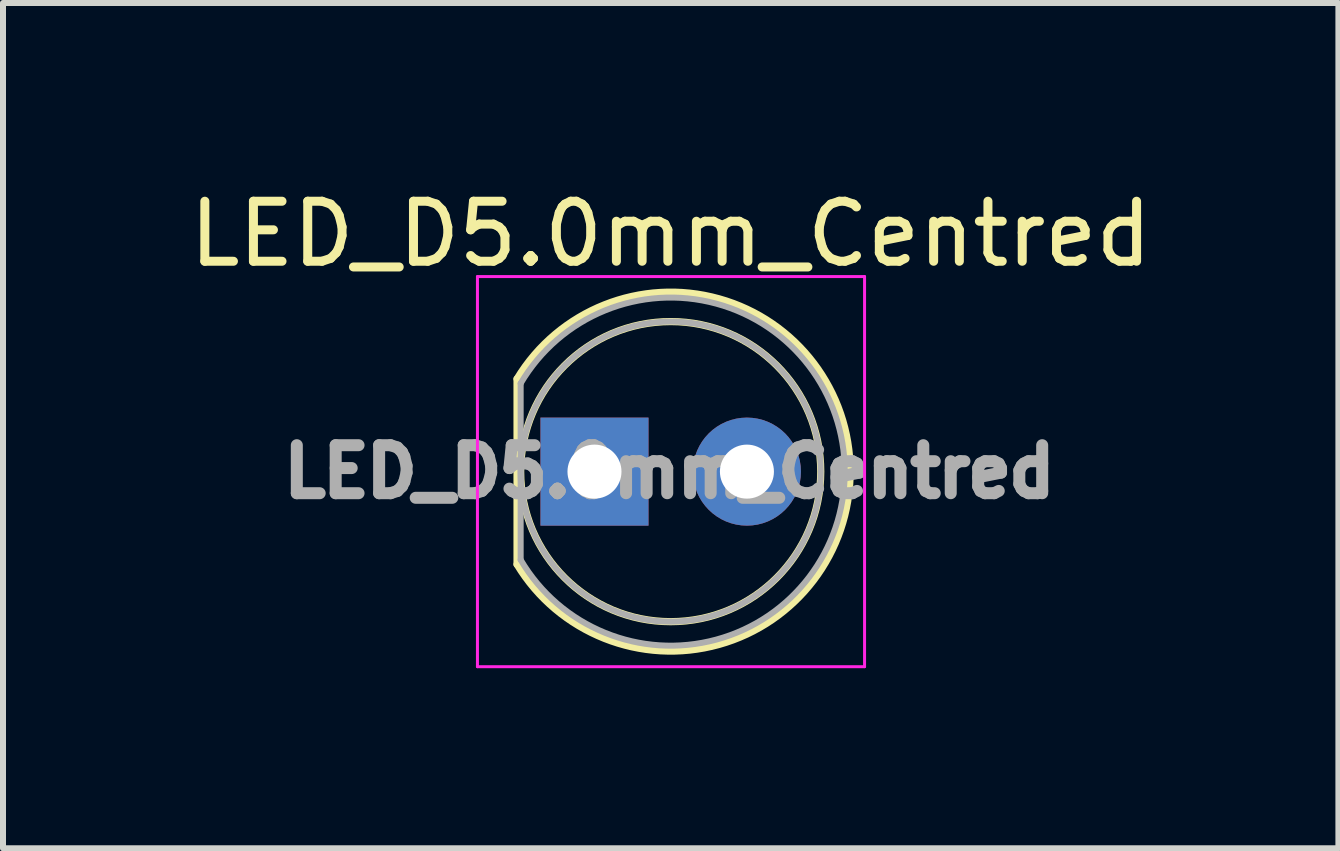
<source format=kicad_pcb>
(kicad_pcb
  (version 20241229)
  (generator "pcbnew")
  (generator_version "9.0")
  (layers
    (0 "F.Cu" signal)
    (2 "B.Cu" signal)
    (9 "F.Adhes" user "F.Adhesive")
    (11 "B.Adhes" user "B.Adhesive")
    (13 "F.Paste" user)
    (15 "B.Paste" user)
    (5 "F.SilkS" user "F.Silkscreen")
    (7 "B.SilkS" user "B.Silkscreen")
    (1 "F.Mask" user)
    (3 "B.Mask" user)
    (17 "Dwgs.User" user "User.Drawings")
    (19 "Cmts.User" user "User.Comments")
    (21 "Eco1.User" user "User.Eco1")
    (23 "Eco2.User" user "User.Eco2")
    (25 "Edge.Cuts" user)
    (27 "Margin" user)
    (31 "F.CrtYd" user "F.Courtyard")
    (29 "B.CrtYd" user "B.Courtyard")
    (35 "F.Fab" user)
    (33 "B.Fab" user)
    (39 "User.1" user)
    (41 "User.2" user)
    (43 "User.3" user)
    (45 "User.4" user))
  (footprint "LED_D5.0mm_Centred"
    (layer "F.Cu")
    (at 8.105 4.808)
    (property "Reference" "LED_D5.0mm_Centred" (at 0.02 -3.96 0) (layer "F.SilkS") (effects (font (size 1 1) (thickness 0.15))))
    (attr through_hole)
    (fp_line (start -2.54 -1.545) (end -2.54 1.545) (stroke (width 0.12) (type solid)) (layer "F.SilkS"))
    (fp_arc (start -2.54 -1.54483) (mid 0.822002 -2.880433) (end 3.01 0.000462) (stroke (width 0.12) (type solid)) (layer "F.SilkS"))
    (fp_arc (start 3.01 -0.000462) (mid 0.822002 2.880433) (end -2.54 1.54483) (stroke (width 0.12) (type solid)) (layer "F.SilkS"))
    (fp_circle (center 0.02 0) (end 2.52 0) (stroke (width 0.12) (type solid)) (fill no) (layer "F.SilkS"))
    (fp_line (start -3.2 -3.25) (end -3.2 3.25) (stroke (width 0.05) (type solid)) (layer "F.CrtYd"))
    (fp_line (start -3.2 3.25) (end 3.25 3.25) (stroke (width 0.05) (type solid)) (layer "F.CrtYd"))
    (fp_line (start 3.25 -3.25) (end -3.2 -3.25) (stroke (width 0.05) (type solid)) (layer "F.CrtYd"))
    (fp_line (start 3.25 3.25) (end 3.25 -3.25) (stroke (width 0.05) (type solid)) (layer "F.CrtYd"))
    (fp_line (start -2.48 -1.47) (end -2.48 1.47) (stroke (width 0.1) (type solid)) (layer "F.Fab"))
    (fp_arc (start -2.48 -1.469694) (mid 2.92 0.000016) (end -2.480016 1.469666) (stroke (width 0.1) (type solid)) (layer "F.Fab"))
    (fp_circle (center 0.02 0) (end 2.52 0) (stroke (width 0.1) (type solid)) (fill no) (layer "F.Fab"))
    (fp_text user "${REFERENCE}" (at 0 0 0) (layer "F.Fab") (effects (font (size 0.8 0.8) (thickness 0.2))))
    (pad "1" thru_hole rect (at -1.25 0) (size 1.8 1.8) (drill 0.9) (layers "*.Cu" "*.Mask"))
    (pad "2" thru_hole circle (at 1.29 0) (size 1.8 1.8) (drill 0.9) (layers "*.Cu" "*.Mask")))
  (gr_rect
    (start -3 -3)
    (end 19.25 11.083)
    (stroke (width 0.1) (type default))
    (fill no)
    (layer "Edge.Cuts")))
</source>
